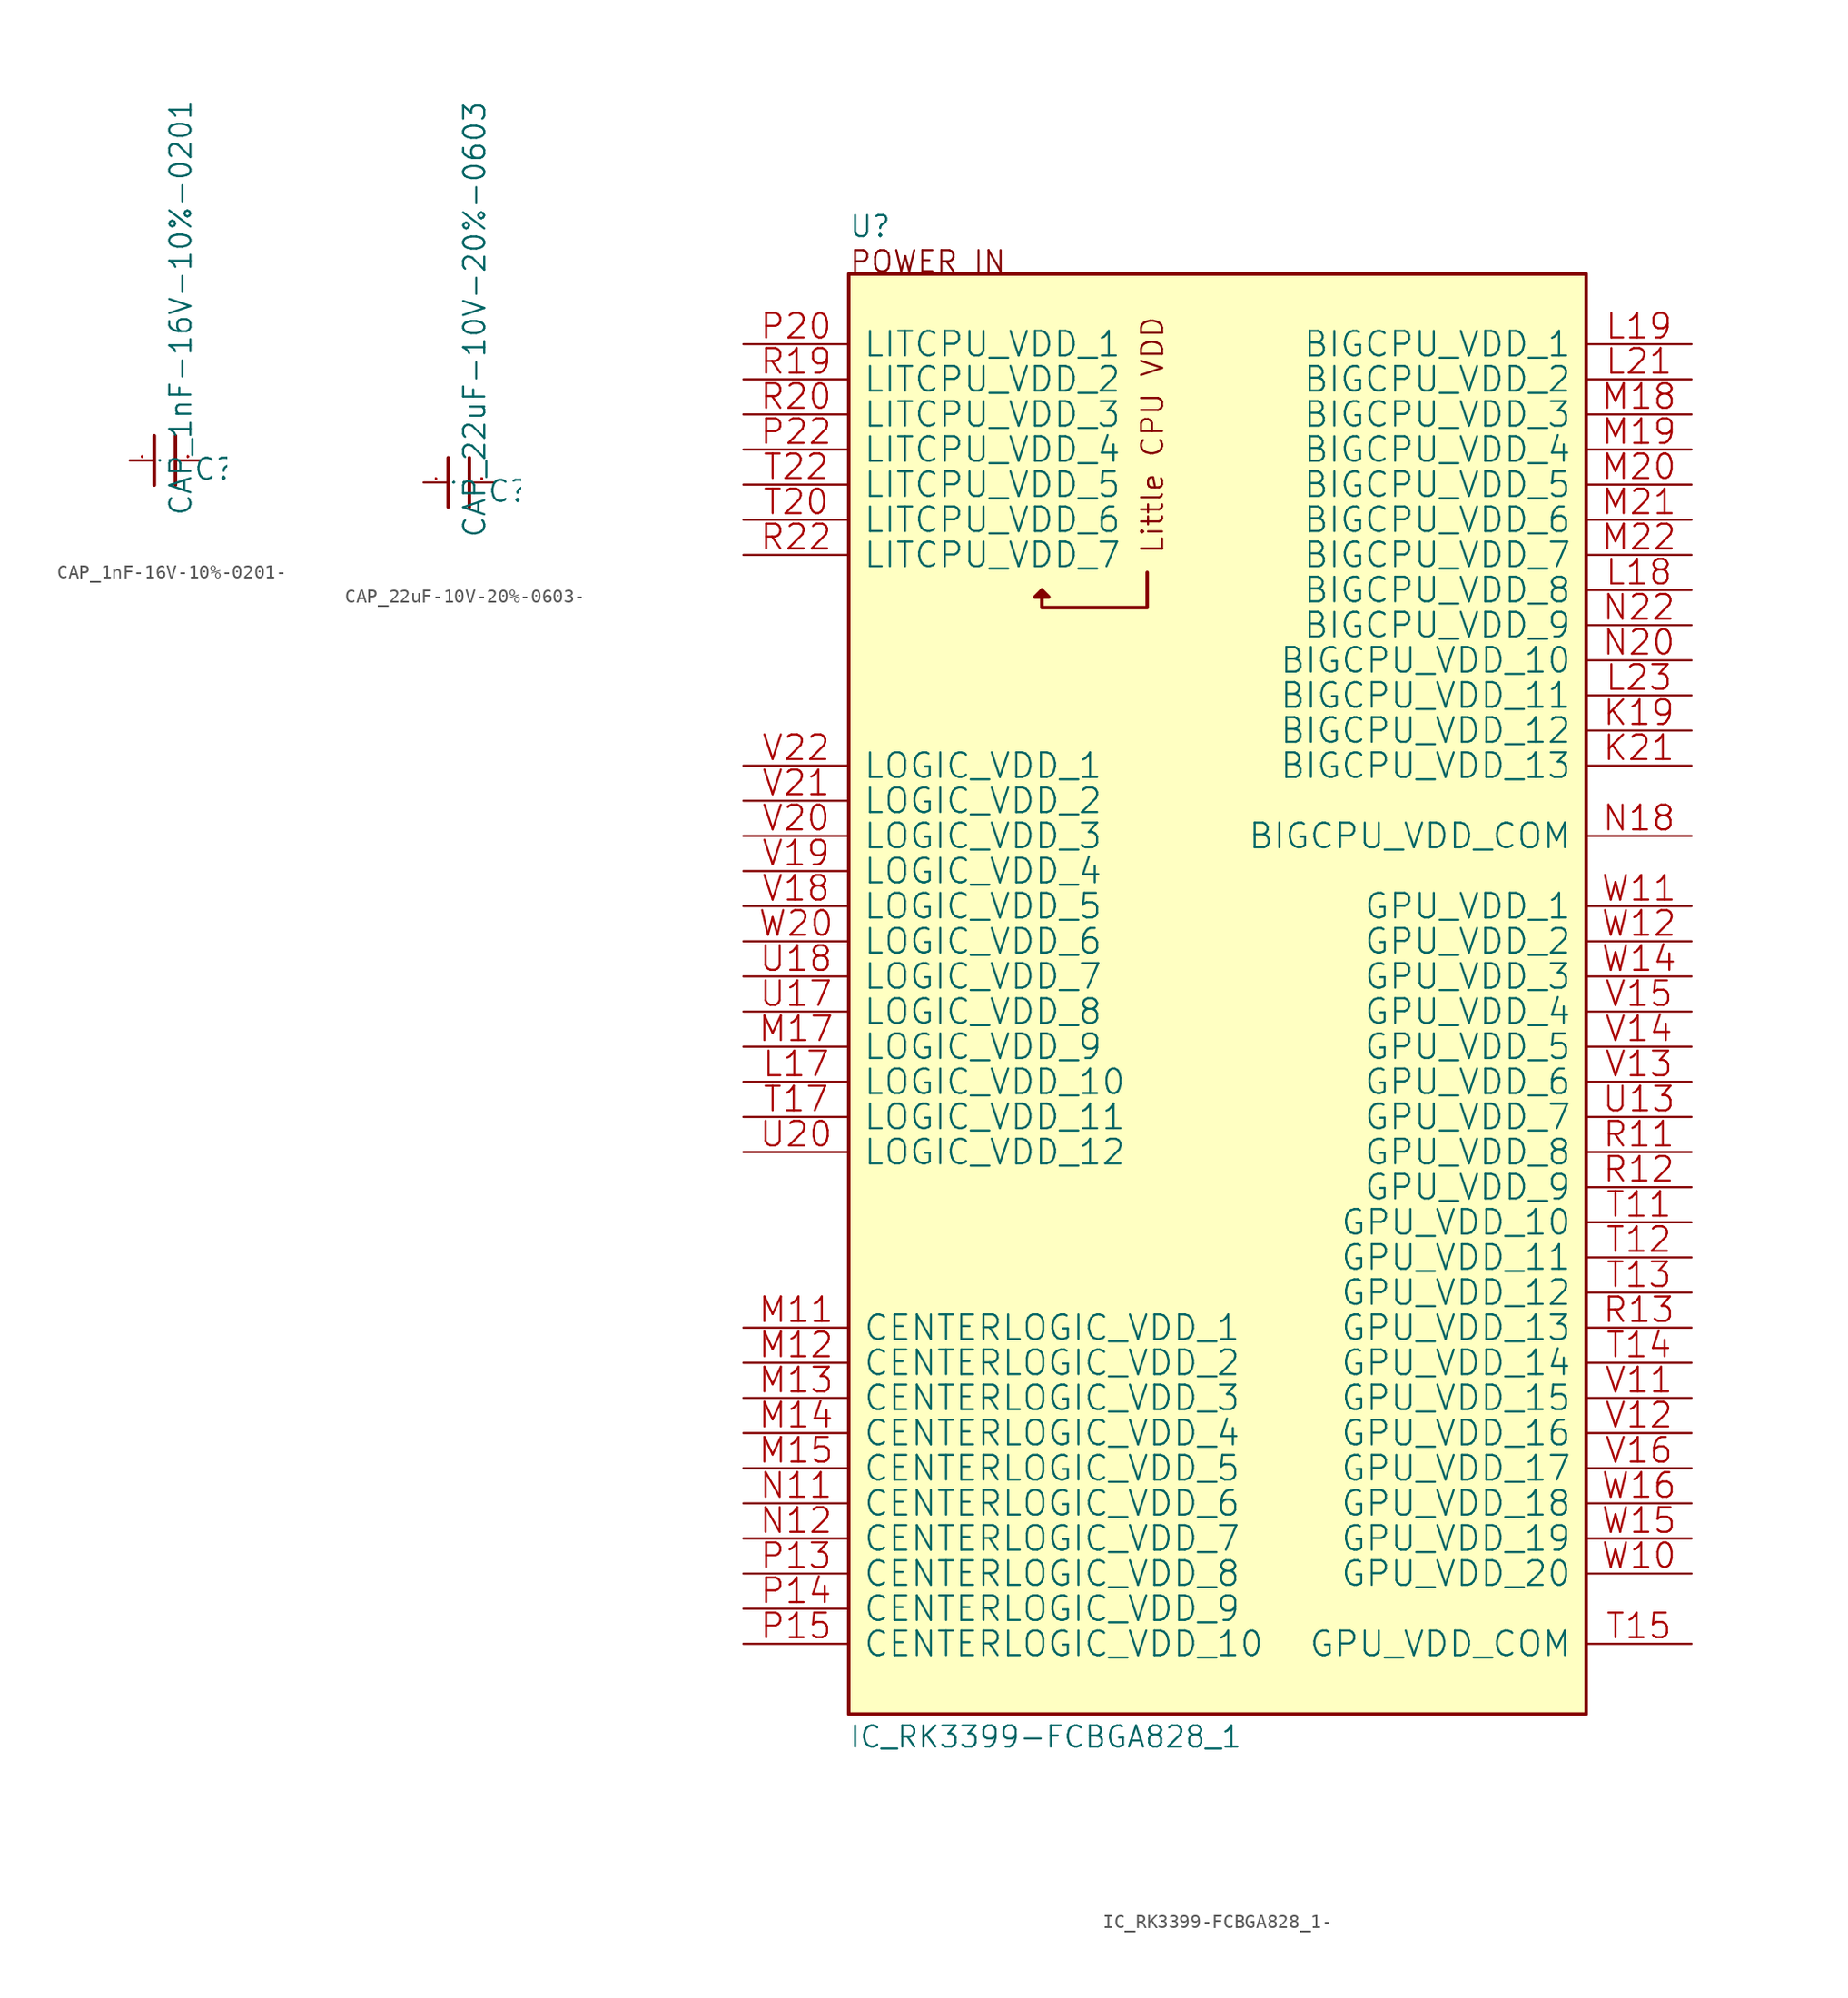
<source format=kicad_sym>
(kicad_symbol_lib
  (version 20220914)
  (generator kicad_symbol_editor)
  (symbol "CAP_1nF-16V-10%-0201-"
    (pin_names
      (offset 1.016))
    (property "Reference" "C"
      (at 2.032 -1.524 0)
      (effects (font (size 1.524 1.524)) (justify left bottom)))
    (property "Value" "CAP_1nF-16V-10%-0201"
      (at 2.032 -4.064 90)
      (effects (font (size 1.524 1.524)) (justify left bottom)))
    (property "Footprint" ""
      (at 0 0 0)
      (effects (font (size 1.524 1.524))))
    (property "Datasheet" ""
      (at 0 0 0)
      (effects (font (size 1.524 1.524))))
    (symbol "CAP_1nF-16V-10%-0201-_0_1"
      (polyline (pts (xy -0.762 1.778) (xy -0.762 -1.778)) (stroke (width 0.254) (type solid)) (fill (type none)))
      (polyline (pts (xy 0.762 1.778) (xy 0.762 -1.778)) (stroke (width 0.254) (type solid)) (fill (type none)))
      (pin passive line (at -2.54 0 0) (length 1.778) (name "1" (effects (font (size 0.025 0.025)))) (number "1" (effects (font (size 0.025 0.025)))))
      (pin passive line (at 2.54 0 180) (length 1.778) (name "2" (effects (font (size 0.025 0.025)))) (number "2" (effects (font (size 0.025 0.025)))))))
  (symbol "CAP_22uF-10V-20%-0603-"
    (pin_names
      (offset 1.016))
    (property "Reference" "C"
      (at 2.032 -1.524 0)
      (effects (font (size 1.524 1.524)) (justify left bottom)))
    (property "Value" "CAP_22uF-10V-20%-0603"
      (at 2.032 -4.064 90)
      (effects (font (size 1.524 1.524)) (justify left bottom)))
    (property "Footprint" ""
      (at 0 0 0)
      (effects (font (size 1.524 1.524))))
    (property "Datasheet" ""
      (at 0 0 0)
      (effects (font (size 1.524 1.524))))
    (symbol "CAP_22uF-10V-20%-0603-_0_1"
      (polyline (pts (xy -0.762 1.778) (xy -0.762 -1.778)) (stroke (width 0.254) (type solid)) (fill (type none)))
      (polyline (pts (xy 0.762 1.778) (xy 0.762 -1.778)) (stroke (width 0.254) (type solid)) (fill (type none)))
      (pin passive line (at -2.54 0 0) (length 1.778) (name "1" (effects (font (size 0.025 0.025)))) (number "1" (effects (font (size 0.025 0.025)))))
      (pin passive line (at 2.54 0 180) (length 1.778) (name "2" (effects (font (size 0.025 0.025)))) (number "2" (effects (font (size 0.025 0.025)))))))
  (symbol "IC_RK3399-FCBGA828_1-"
    (pin_names
      (offset 1.016))
    (property "Reference" "U"
      (at 0 2.54 0)
      (effects (font (size 1.524 1.524)) (justify left bottom)))
    (property "Value" "IC_RK3399-FCBGA828_1"
      (at 0 -106.68 0)
      (effects (font (size 1.524 1.524)) (justify left bottom)))
    (property "Footprint" ""
      (at 0 0 0)
      (effects (font (size 1.524 1.524))))
    (property "Datasheet" ""
      (at 0 0 0)
      (effects (font (size 1.524 1.524))))
    (symbol "IC_RK3399-FCBGA828_1-_0_1"
      (rectangle (start 0 -104.14) (end 53.34 0) (stroke (width 0.254) (type solid)) (fill (type background)))
      (polyline (pts (xy 13.97 -22.86) (xy 13.462 -23.368) (xy 14.478 -23.368) (xy 13.97 -22.86)) (stroke (width 0.254) (type solid)) (fill (type outline)))
      (polyline (pts (xy 21.59 -21.59) (xy 21.59 -24.13) (xy 13.97 -24.13) (xy 13.97 -22.86)) (stroke (width 0.254) (type solid)) (fill (type none)))
      (pin passive line (at 60.96 -33.02 180) (length 7.62) (name "BIGCPU_VDD_12" (effects (font (size 1.778 1.778)))) (number "K19" (effects (font (size 1.778 1.778)))))
      (pin passive line (at 60.96 -35.56 180) (length 7.62) (name "BIGCPU_VDD_13" (effects (font (size 1.778 1.778)))) (number "K21" (effects (font (size 1.778 1.778)))))
      (pin passive line (at -7.62 -58.42 0) (length 7.62) (name "LOGIC_VDD_10" (effects (font (size 1.778 1.778)))) (number "L17" (effects (font (size 1.778 1.778)))))
      (pin passive line (at 60.96 -22.86 180) (length 7.62) (name "BIGCPU_VDD_8" (effects (font (size 1.778 1.778)))) (number "L18" (effects (font (size 1.778 1.778)))))
      (pin passive line (at 60.96 -5.08 180) (length 7.62) (name "BIGCPU_VDD_1" (effects (font (size 1.778 1.778)))) (number "L19" (effects (font (size 1.778 1.778)))))
      (pin passive line (at 60.96 -7.62 180) (length 7.62) (name "BIGCPU_VDD_2" (effects (font (size 1.778 1.778)))) (number "L21" (effects (font (size 1.778 1.778)))))
      (pin passive line (at 60.96 -30.48 180) (length 7.62) (name "BIGCPU_VDD_11" (effects (font (size 1.778 1.778)))) (number "L23" (effects (font (size 1.778 1.778)))))
      (pin passive line (at -7.62 -76.2 0) (length 7.62) (name "CENTERLOGIC_VDD_1" (effects (font (size 1.778 1.778)))) (number "M11" (effects (font (size 1.778 1.778)))))
      (pin passive line (at -7.62 -78.74 0) (length 7.62) (name "CENTERLOGIC_VDD_2" (effects (font (size 1.778 1.778)))) (number "M12" (effects (font (size 1.778 1.778)))))
      (pin passive line (at -7.62 -81.28 0) (length 7.62) (name "CENTERLOGIC_VDD_3" (effects (font (size 1.778 1.778)))) (number "M13" (effects (font (size 1.778 1.778)))))
      (pin passive line (at -7.62 -83.82 0) (length 7.62) (name "CENTERLOGIC_VDD_4" (effects (font (size 1.778 1.778)))) (number "M14" (effects (font (size 1.778 1.778)))))
      (pin passive line (at -7.62 -86.36 0) (length 7.62) (name "CENTERLOGIC_VDD_5" (effects (font (size 1.778 1.778)))) (number "M15" (effects (font (size 1.778 1.778)))))
      (pin passive line (at -7.62 -55.88 0) (length 7.62) (name "LOGIC_VDD_9" (effects (font (size 1.778 1.778)))) (number "M17" (effects (font (size 1.778 1.778)))))
      (pin passive line (at 60.96 -10.16 180) (length 7.62) (name "BIGCPU_VDD_3" (effects (font (size 1.778 1.778)))) (number "M18" (effects (font (size 1.778 1.778)))))
      (pin passive line (at 60.96 -12.7 180) (length 7.62) (name "BIGCPU_VDD_4" (effects (font (size 1.778 1.778)))) (number "M19" (effects (font (size 1.778 1.778)))))
      (pin passive line (at 60.96 -15.24 180) (length 7.62) (name "BIGCPU_VDD_5" (effects (font (size 1.778 1.778)))) (number "M20" (effects (font (size 1.778 1.778)))))
      (pin passive line (at 60.96 -17.78 180) (length 7.62) (name "BIGCPU_VDD_6" (effects (font (size 1.778 1.778)))) (number "M21" (effects (font (size 1.778 1.778)))))
      (pin passive line (at 60.96 -20.32 180) (length 7.62) (name "BIGCPU_VDD_7" (effects (font (size 1.778 1.778)))) (number "M22" (effects (font (size 1.778 1.778)))))
      (pin passive line (at -7.62 -88.9 0) (length 7.62) (name "CENTERLOGIC_VDD_6" (effects (font (size 1.778 1.778)))) (number "N11" (effects (font (size 1.778 1.778)))))
      (pin passive line (at -7.62 -91.44 0) (length 7.62) (name "CENTERLOGIC_VDD_7" (effects (font (size 1.778 1.778)))) (number "N12" (effects (font (size 1.778 1.778)))))
      (pin passive line (at 60.96 -40.64 180) (length 7.62) (name "BIGCPU_VDD_COM" (effects (font (size 1.778 1.778)))) (number "N18" (effects (font (size 1.778 1.778)))))
      (pin passive line (at 60.96 -27.94 180) (length 7.62) (name "BIGCPU_VDD_10" (effects (font (size 1.778 1.778)))) (number "N20" (effects (font (size 1.778 1.778)))))
      (pin passive line (at 60.96 -25.4 180) (length 7.62) (name "BIGCPU_VDD_9" (effects (font (size 1.778 1.778)))) (number "N22" (effects (font (size 1.778 1.778)))))
      (pin passive line (at -7.62 -93.98 0) (length 7.62) (name "CENTERLOGIC_VDD_8" (effects (font (size 1.778 1.778)))) (number "P13" (effects (font (size 1.778 1.778)))))
      (pin passive line (at -7.62 -96.52 0) (length 7.62) (name "CENTERLOGIC_VDD_9" (effects (font (size 1.778 1.778)))) (number "P14" (effects (font (size 1.778 1.778)))))
      (pin passive line (at -7.62 -99.06 0) (length 7.62) (name "CENTERLOGIC_VDD_10" (effects (font (size 1.778 1.778)))) (number "P15" (effects (font (size 1.778 1.778)))))
      (pin passive line (at -7.62 -5.08 0) (length 7.62) (name "LITCPU_VDD_1" (effects (font (size 1.778 1.778)))) (number "P20" (effects (font (size 1.778 1.778)))))
      (pin passive line (at -7.62 -12.7 0) (length 7.62) (name "LITCPU_VDD_4" (effects (font (size 1.778 1.778)))) (number "P22" (effects (font (size 1.778 1.778)))))
      (pin passive line (at 60.96 -63.5 180) (length 7.62) (name "GPU_VDD_8" (effects (font (size 1.778 1.778)))) (number "R11" (effects (font (size 1.778 1.778)))))
      (pin passive line (at 60.96 -66.04 180) (length 7.62) (name "GPU_VDD_9" (effects (font (size 1.778 1.778)))) (number "R12" (effects (font (size 1.778 1.778)))))
      (pin passive line (at 60.96 -76.2 180) (length 7.62) (name "GPU_VDD_13" (effects (font (size 1.778 1.778)))) (number "R13" (effects (font (size 1.778 1.778)))))
      (pin passive line (at -7.62 -7.62 0) (length 7.62) (name "LITCPU_VDD_2" (effects (font (size 1.778 1.778)))) (number "R19" (effects (font (size 1.778 1.778)))))
      (pin passive line (at -7.62 -10.16 0) (length 7.62) (name "LITCPU_VDD_3" (effects (font (size 1.778 1.778)))) (number "R20" (effects (font (size 1.778 1.778)))))
      (pin passive line (at -7.62 -20.32 0) (length 7.62) (name "LITCPU_VDD_7" (effects (font (size 1.778 1.778)))) (number "R22" (effects (font (size 1.778 1.778)))))
      (pin passive line (at 60.96 -68.58 180) (length 7.62) (name "GPU_VDD_10" (effects (font (size 1.778 1.778)))) (number "T11" (effects (font (size 1.778 1.778)))))
      (pin passive line (at 60.96 -71.12 180) (length 7.62) (name "GPU_VDD_11" (effects (font (size 1.778 1.778)))) (number "T12" (effects (font (size 1.778 1.778)))))
      (pin passive line (at 60.96 -73.66 180) (length 7.62) (name "GPU_VDD_12" (effects (font (size 1.778 1.778)))) (number "T13" (effects (font (size 1.778 1.778)))))
      (pin passive line (at 60.96 -78.74 180) (length 7.62) (name "GPU_VDD_14" (effects (font (size 1.778 1.778)))) (number "T14" (effects (font (size 1.778 1.778)))))
      (pin passive line (at 60.96 -99.06 180) (length 7.62) (name "GPU_VDD_COM" (effects (font (size 1.778 1.778)))) (number "T15" (effects (font (size 1.778 1.778)))))
      (pin passive line (at -7.62 -60.96 0) (length 7.62) (name "LOGIC_VDD_11" (effects (font (size 1.778 1.778)))) (number "T17" (effects (font (size 1.778 1.778)))))
      (pin passive line (at -7.62 -17.78 0) (length 7.62) (name "LITCPU_VDD_6" (effects (font (size 1.778 1.778)))) (number "T20" (effects (font (size 1.778 1.778)))))
      (pin passive line (at -7.62 -15.24 0) (length 7.62) (name "LITCPU_VDD_5" (effects (font (size 1.778 1.778)))) (number "T22" (effects (font (size 1.778 1.778)))))
      (pin passive line (at 60.96 -60.96 180) (length 7.62) (name "GPU_VDD_7" (effects (font (size 1.778 1.778)))) (number "U13" (effects (font (size 1.778 1.778)))))
      (pin passive line (at -7.62 -53.34 0) (length 7.62) (name "LOGIC_VDD_8" (effects (font (size 1.778 1.778)))) (number "U17" (effects (font (size 1.778 1.778)))))
      (pin passive line (at -7.62 -50.8 0) (length 7.62) (name "LOGIC_VDD_7" (effects (font (size 1.778 1.778)))) (number "U18" (effects (font (size 1.778 1.778)))))
      (pin passive line (at -7.62 -63.5 0) (length 7.62) (name "LOGIC_VDD_12" (effects (font (size 1.778 1.778)))) (number "U20" (effects (font (size 1.778 1.778)))))
      (pin passive line (at 60.96 -81.28 180) (length 7.62) (name "GPU_VDD_15" (effects (font (size 1.778 1.778)))) (number "V11" (effects (font (size 1.778 1.778)))))
      (pin passive line (at 60.96 -83.82 180) (length 7.62) (name "GPU_VDD_16" (effects (font (size 1.778 1.778)))) (number "V12" (effects (font (size 1.778 1.778)))))
      (pin passive line (at 60.96 -58.42 180) (length 7.62) (name "GPU_VDD_6" (effects (font (size 1.778 1.778)))) (number "V13" (effects (font (size 1.778 1.778)))))
      (pin passive line (at 60.96 -55.88 180) (length 7.62) (name "GPU_VDD_5" (effects (font (size 1.778 1.778)))) (number "V14" (effects (font (size 1.778 1.778)))))
      (pin passive line (at 60.96 -53.34 180) (length 7.62) (name "GPU_VDD_4" (effects (font (size 1.778 1.778)))) (number "V15" (effects (font (size 1.778 1.778)))))
      (pin passive line (at 60.96 -86.36 180) (length 7.62) (name "GPU_VDD_17" (effects (font (size 1.778 1.778)))) (number "V16" (effects (font (size 1.778 1.778)))))
      (pin passive line (at -7.62 -45.72 0) (length 7.62) (name "LOGIC_VDD_5" (effects (font (size 1.778 1.778)))) (number "V18" (effects (font (size 1.778 1.778)))))
      (pin passive line (at -7.62 -43.18 0) (length 7.62) (name "LOGIC_VDD_4" (effects (font (size 1.778 1.778)))) (number "V19" (effects (font (size 1.778 1.778)))))
      (pin passive line (at -7.62 -40.64 0) (length 7.62) (name "LOGIC_VDD_3" (effects (font (size 1.778 1.778)))) (number "V20" (effects (font (size 1.778 1.778)))))
      (pin passive line (at -7.62 -38.1 0) (length 7.62) (name "LOGIC_VDD_2" (effects (font (size 1.778 1.778)))) (number "V21" (effects (font (size 1.778 1.778)))))
      (pin passive line (at -7.62 -35.56 0) (length 7.62) (name "LOGIC_VDD_1" (effects (font (size 1.778 1.778)))) (number "V22" (effects (font (size 1.778 1.778)))))
      (pin passive line (at 60.96 -93.98 180) (length 7.62) (name "GPU_VDD_20" (effects (font (size 1.778 1.778)))) (number "W10" (effects (font (size 1.778 1.778)))))
      (pin passive line (at 60.96 -45.72 180) (length 7.62) (name "GPU_VDD_1" (effects (font (size 1.778 1.778)))) (number "W11" (effects (font (size 1.778 1.778)))))
      (pin passive line (at 60.96 -48.26 180) (length 7.62) (name "GPU_VDD_2" (effects (font (size 1.778 1.778)))) (number "W12" (effects (font (size 1.778 1.778)))))
      (pin passive line (at 60.96 -50.8 180) (length 7.62) (name "GPU_VDD_3" (effects (font (size 1.778 1.778)))) (number "W14" (effects (font (size 1.778 1.778)))))
      (pin passive line (at 60.96 -91.44 180) (length 7.62) (name "GPU_VDD_19" (effects (font (size 1.778 1.778)))) (number "W15" (effects (font (size 1.778 1.778)))))
      (pin passive line (at 60.96 -88.9 180) (length 7.62) (name "GPU_VDD_18" (effects (font (size 1.778 1.778)))) (number "W16" (effects (font (size 1.778 1.778)))))
      (pin passive line (at -7.62 -48.26 0) (length 7.62) (name "LOGIC_VDD_6" (effects (font (size 1.778 1.778)))) (number "W20" (effects (font (size 1.778 1.778))))))
    (symbol "IC_RK3399-FCBGA828_1-_1_1"
      (text "Little CPU VDD" (at 22.86 -20.32 900) (effects (font (size 1.524 1.524)) (justify left bottom)))
      (text "POWER IN" (at 0 0 0) (effects (font (size 1.524 1.524)) (justify left bottom))))))
</source>
